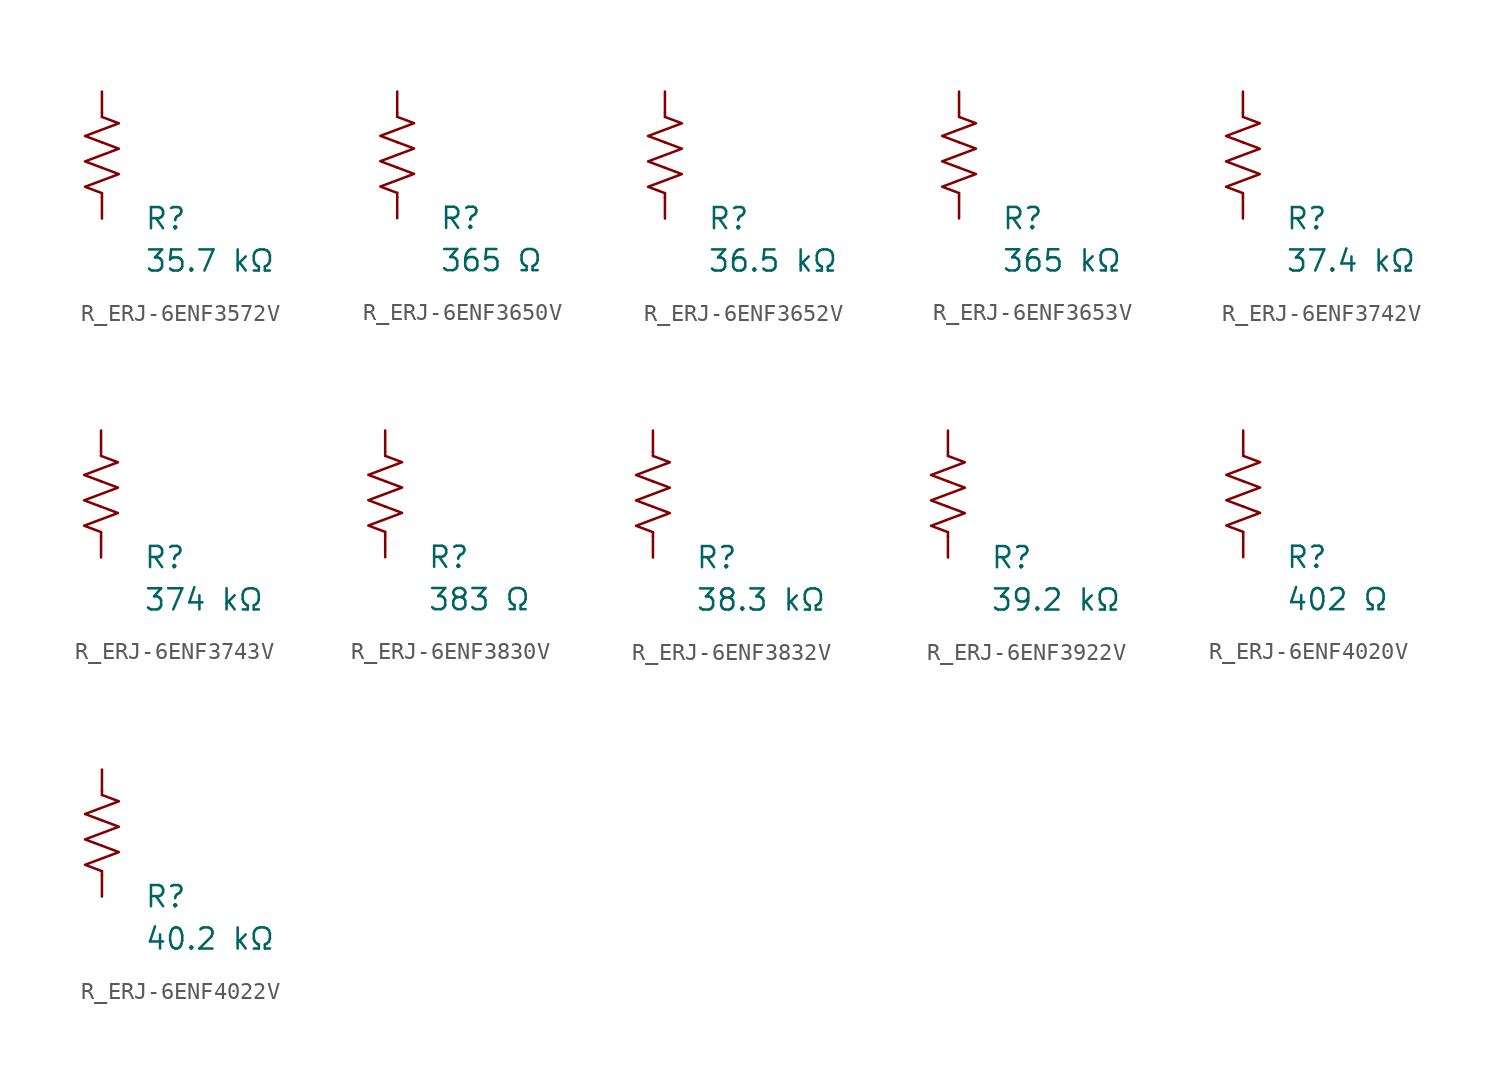
<source format=kicad_sym>
(kicad_symbol_lib
  (version 20231120)
  (generator "kicad_symbol_editor")
  (generator_version "8.0")
  (symbol "R_ERJ-6ENF3572V"
    (pin_numbers hide)
    (pin_names
      (offset 0))
    (property "Reference" "R"
      (at 2.54 -3.81 0)
      (effects (font (size 1.27 1.27)) (justify left))
      (show_name no))
    (property "Value" "35.7 kΩ"
      (at 2.54 -6.35 0)
      (effects (font (size 1.27 1.27)) (justify left))
      (show_name no))
    (symbol "R_ERJ-6ENF3572V_0_1"
      (polyline (pts (xy 0 -2.286) (xy 0 -2.54)) (stroke (width 0) (type default)) (fill (type none)))
      (polyline (pts (xy 0 2.286) (xy 0 2.54)) (stroke (width 0) (type default)) (fill (type none)))
      (polyline (pts (xy 0 -0.762) (xy 1.016 -1.143) (xy 0 -1.524) (xy -1.016 -1.905) (xy 0 -2.286)) (stroke (width 0) (type default)) (fill (type none)))
      (polyline (pts (xy 0 0.762) (xy 1.016 0.381) (xy 0 0) (xy -1.016 -0.381) (xy 0 -0.762)) (stroke (width 0) (type default)) (fill (type none)))
      (polyline (pts (xy 0 2.286) (xy 1.016 1.905) (xy 0 1.524) (xy -1.016 1.143) (xy 0 0.762)) (stroke (width 0) (type default)) (fill (type none))))
    (symbol "R_ERJ-6ENF3572V_1_1"
      (pin passive line (at 0 3.81 270) (length 1.27) (name "~" (effects (font (size 1.27 1.27)))) (number "1" (effects (font (size 1.27 1.27)))))
      (pin passive line (at 0 -3.81 90) (length 1.27) (name "~" (effects (font (size 1.27 1.27)))) (number "2" (effects (font (size 1.27 1.27)))))))
  (symbol "R_ERJ-6ENF3650V"
    (pin_numbers hide)
    (pin_names
      (offset 0))
    (property "Reference" "R"
      (at 2.54 -3.81 0)
      (effects (font (size 1.27 1.27)) (justify left))
      (show_name no))
    (property "Value" "365 Ω"
      (at 2.54 -6.35 0)
      (effects (font (size 1.27 1.27)) (justify left))
      (show_name no))
    (symbol "R_ERJ-6ENF3650V_0_1"
      (polyline (pts (xy 0 -2.286) (xy 0 -2.54)) (stroke (width 0) (type default)) (fill (type none)))
      (polyline (pts (xy 0 2.286) (xy 0 2.54)) (stroke (width 0) (type default)) (fill (type none)))
      (polyline (pts (xy 0 -0.762) (xy 1.016 -1.143) (xy 0 -1.524) (xy -1.016 -1.905) (xy 0 -2.286)) (stroke (width 0) (type default)) (fill (type none)))
      (polyline (pts (xy 0 0.762) (xy 1.016 0.381) (xy 0 0) (xy -1.016 -0.381) (xy 0 -0.762)) (stroke (width 0) (type default)) (fill (type none)))
      (polyline (pts (xy 0 2.286) (xy 1.016 1.905) (xy 0 1.524) (xy -1.016 1.143) (xy 0 0.762)) (stroke (width 0) (type default)) (fill (type none))))
    (symbol "R_ERJ-6ENF3650V_1_1"
      (pin passive line (at 0 3.81 270) (length 1.27) (name "~" (effects (font (size 1.27 1.27)))) (number "1" (effects (font (size 1.27 1.27)))))
      (pin passive line (at 0 -3.81 90) (length 1.27) (name "~" (effects (font (size 1.27 1.27)))) (number "2" (effects (font (size 1.27 1.27)))))))
  (symbol "R_ERJ-6ENF3652V"
    (pin_numbers hide)
    (pin_names
      (offset 0))
    (property "Reference" "R"
      (at 2.54 -3.81 0)
      (effects (font (size 1.27 1.27)) (justify left))
      (show_name no))
    (property "Value" "36.5 kΩ"
      (at 2.54 -6.35 0)
      (effects (font (size 1.27 1.27)) (justify left))
      (show_name no))
    (symbol "R_ERJ-6ENF3652V_0_1"
      (polyline (pts (xy 0 -2.286) (xy 0 -2.54)) (stroke (width 0) (type default)) (fill (type none)))
      (polyline (pts (xy 0 2.286) (xy 0 2.54)) (stroke (width 0) (type default)) (fill (type none)))
      (polyline (pts (xy 0 -0.762) (xy 1.016 -1.143) (xy 0 -1.524) (xy -1.016 -1.905) (xy 0 -2.286)) (stroke (width 0) (type default)) (fill (type none)))
      (polyline (pts (xy 0 0.762) (xy 1.016 0.381) (xy 0 0) (xy -1.016 -0.381) (xy 0 -0.762)) (stroke (width 0) (type default)) (fill (type none)))
      (polyline (pts (xy 0 2.286) (xy 1.016 1.905) (xy 0 1.524) (xy -1.016 1.143) (xy 0 0.762)) (stroke (width 0) (type default)) (fill (type none))))
    (symbol "R_ERJ-6ENF3652V_1_1"
      (pin passive line (at 0 3.81 270) (length 1.27) (name "~" (effects (font (size 1.27 1.27)))) (number "1" (effects (font (size 1.27 1.27)))))
      (pin passive line (at 0 -3.81 90) (length 1.27) (name "~" (effects (font (size 1.27 1.27)))) (number "2" (effects (font (size 1.27 1.27)))))))
  (symbol "R_ERJ-6ENF3653V"
    (pin_numbers hide)
    (pin_names
      (offset 0))
    (property "Reference" "R"
      (at 2.54 -3.81 0)
      (effects (font (size 1.27 1.27)) (justify left))
      (show_name no))
    (property "Value" "365 kΩ"
      (at 2.54 -6.35 0)
      (effects (font (size 1.27 1.27)) (justify left))
      (show_name no))
    (symbol "R_ERJ-6ENF3653V_0_1"
      (polyline (pts (xy 0 -2.286) (xy 0 -2.54)) (stroke (width 0) (type default)) (fill (type none)))
      (polyline (pts (xy 0 2.286) (xy 0 2.54)) (stroke (width 0) (type default)) (fill (type none)))
      (polyline (pts (xy 0 -0.762) (xy 1.016 -1.143) (xy 0 -1.524) (xy -1.016 -1.905) (xy 0 -2.286)) (stroke (width 0) (type default)) (fill (type none)))
      (polyline (pts (xy 0 0.762) (xy 1.016 0.381) (xy 0 0) (xy -1.016 -0.381) (xy 0 -0.762)) (stroke (width 0) (type default)) (fill (type none)))
      (polyline (pts (xy 0 2.286) (xy 1.016 1.905) (xy 0 1.524) (xy -1.016 1.143) (xy 0 0.762)) (stroke (width 0) (type default)) (fill (type none))))
    (symbol "R_ERJ-6ENF3653V_1_1"
      (pin passive line (at 0 3.81 270) (length 1.27) (name "~" (effects (font (size 1.27 1.27)))) (number "1" (effects (font (size 1.27 1.27)))))
      (pin passive line (at 0 -3.81 90) (length 1.27) (name "~" (effects (font (size 1.27 1.27)))) (number "2" (effects (font (size 1.27 1.27)))))))
  (symbol "R_ERJ-6ENF3742V"
    (pin_numbers hide)
    (pin_names
      (offset 0))
    (property "Reference" "R"
      (at 2.54 -3.81 0)
      (effects (font (size 1.27 1.27)) (justify left))
      (show_name no))
    (property "Value" "37.4 kΩ"
      (at 2.54 -6.35 0)
      (effects (font (size 1.27 1.27)) (justify left))
      (show_name no))
    (symbol "R_ERJ-6ENF3742V_0_1"
      (polyline (pts (xy 0 -2.286) (xy 0 -2.54)) (stroke (width 0) (type default)) (fill (type none)))
      (polyline (pts (xy 0 2.286) (xy 0 2.54)) (stroke (width 0) (type default)) (fill (type none)))
      (polyline (pts (xy 0 -0.762) (xy 1.016 -1.143) (xy 0 -1.524) (xy -1.016 -1.905) (xy 0 -2.286)) (stroke (width 0) (type default)) (fill (type none)))
      (polyline (pts (xy 0 0.762) (xy 1.016 0.381) (xy 0 0) (xy -1.016 -0.381) (xy 0 -0.762)) (stroke (width 0) (type default)) (fill (type none)))
      (polyline (pts (xy 0 2.286) (xy 1.016 1.905) (xy 0 1.524) (xy -1.016 1.143) (xy 0 0.762)) (stroke (width 0) (type default)) (fill (type none))))
    (symbol "R_ERJ-6ENF3742V_1_1"
      (pin passive line (at 0 3.81 270) (length 1.27) (name "~" (effects (font (size 1.27 1.27)))) (number "1" (effects (font (size 1.27 1.27)))))
      (pin passive line (at 0 -3.81 90) (length 1.27) (name "~" (effects (font (size 1.27 1.27)))) (number "2" (effects (font (size 1.27 1.27)))))))
  (symbol "R_ERJ-6ENF3743V"
    (pin_numbers hide)
    (pin_names
      (offset 0))
    (property "Reference" "R"
      (at 2.54 -3.81 0)
      (effects (font (size 1.27 1.27)) (justify left))
      (show_name no))
    (property "Value" "374 kΩ"
      (at 2.54 -6.35 0)
      (effects (font (size 1.27 1.27)) (justify left))
      (show_name no))
    (symbol "R_ERJ-6ENF3743V_0_1"
      (polyline (pts (xy 0 -2.286) (xy 0 -2.54)) (stroke (width 0) (type default)) (fill (type none)))
      (polyline (pts (xy 0 2.286) (xy 0 2.54)) (stroke (width 0) (type default)) (fill (type none)))
      (polyline (pts (xy 0 -0.762) (xy 1.016 -1.143) (xy 0 -1.524) (xy -1.016 -1.905) (xy 0 -2.286)) (stroke (width 0) (type default)) (fill (type none)))
      (polyline (pts (xy 0 0.762) (xy 1.016 0.381) (xy 0 0) (xy -1.016 -0.381) (xy 0 -0.762)) (stroke (width 0) (type default)) (fill (type none)))
      (polyline (pts (xy 0 2.286) (xy 1.016 1.905) (xy 0 1.524) (xy -1.016 1.143) (xy 0 0.762)) (stroke (width 0) (type default)) (fill (type none))))
    (symbol "R_ERJ-6ENF3743V_1_1"
      (pin passive line (at 0 3.81 270) (length 1.27) (name "~" (effects (font (size 1.27 1.27)))) (number "1" (effects (font (size 1.27 1.27)))))
      (pin passive line (at 0 -3.81 90) (length 1.27) (name "~" (effects (font (size 1.27 1.27)))) (number "2" (effects (font (size 1.27 1.27)))))))
  (symbol "R_ERJ-6ENF3830V"
    (pin_numbers hide)
    (pin_names
      (offset 0))
    (property "Reference" "R"
      (at 2.54 -3.81 0)
      (effects (font (size 1.27 1.27)) (justify left))
      (show_name no))
    (property "Value" "383 Ω"
      (at 2.54 -6.35 0)
      (effects (font (size 1.27 1.27)) (justify left))
      (show_name no))
    (symbol "R_ERJ-6ENF3830V_0_1"
      (polyline (pts (xy 0 -2.286) (xy 0 -2.54)) (stroke (width 0) (type default)) (fill (type none)))
      (polyline (pts (xy 0 2.286) (xy 0 2.54)) (stroke (width 0) (type default)) (fill (type none)))
      (polyline (pts (xy 0 -0.762) (xy 1.016 -1.143) (xy 0 -1.524) (xy -1.016 -1.905) (xy 0 -2.286)) (stroke (width 0) (type default)) (fill (type none)))
      (polyline (pts (xy 0 0.762) (xy 1.016 0.381) (xy 0 0) (xy -1.016 -0.381) (xy 0 -0.762)) (stroke (width 0) (type default)) (fill (type none)))
      (polyline (pts (xy 0 2.286) (xy 1.016 1.905) (xy 0 1.524) (xy -1.016 1.143) (xy 0 0.762)) (stroke (width 0) (type default)) (fill (type none))))
    (symbol "R_ERJ-6ENF3830V_1_1"
      (pin passive line (at 0 3.81 270) (length 1.27) (name "~" (effects (font (size 1.27 1.27)))) (number "1" (effects (font (size 1.27 1.27)))))
      (pin passive line (at 0 -3.81 90) (length 1.27) (name "~" (effects (font (size 1.27 1.27)))) (number "2" (effects (font (size 1.27 1.27)))))))
  (symbol "R_ERJ-6ENF3832V"
    (pin_numbers hide)
    (pin_names
      (offset 0))
    (property "Reference" "R"
      (at 2.54 -3.81 0)
      (effects (font (size 1.27 1.27)) (justify left))
      (show_name no))
    (property "Value" "38.3 kΩ"
      (at 2.54 -6.35 0)
      (effects (font (size 1.27 1.27)) (justify left))
      (show_name no))
    (symbol "R_ERJ-6ENF3832V_0_1"
      (polyline (pts (xy 0 -2.286) (xy 0 -2.54)) (stroke (width 0) (type default)) (fill (type none)))
      (polyline (pts (xy 0 2.286) (xy 0 2.54)) (stroke (width 0) (type default)) (fill (type none)))
      (polyline (pts (xy 0 -0.762) (xy 1.016 -1.143) (xy 0 -1.524) (xy -1.016 -1.905) (xy 0 -2.286)) (stroke (width 0) (type default)) (fill (type none)))
      (polyline (pts (xy 0 0.762) (xy 1.016 0.381) (xy 0 0) (xy -1.016 -0.381) (xy 0 -0.762)) (stroke (width 0) (type default)) (fill (type none)))
      (polyline (pts (xy 0 2.286) (xy 1.016 1.905) (xy 0 1.524) (xy -1.016 1.143) (xy 0 0.762)) (stroke (width 0) (type default)) (fill (type none))))
    (symbol "R_ERJ-6ENF3832V_1_1"
      (pin passive line (at 0 3.81 270) (length 1.27) (name "~" (effects (font (size 1.27 1.27)))) (number "1" (effects (font (size 1.27 1.27)))))
      (pin passive line (at 0 -3.81 90) (length 1.27) (name "~" (effects (font (size 1.27 1.27)))) (number "2" (effects (font (size 1.27 1.27)))))))
  (symbol "R_ERJ-6ENF3922V"
    (pin_numbers hide)
    (pin_names
      (offset 0))
    (property "Reference" "R"
      (at 2.54 -3.81 0)
      (effects (font (size 1.27 1.27)) (justify left))
      (show_name no))
    (property "Value" "39.2 kΩ"
      (at 2.54 -6.35 0)
      (effects (font (size 1.27 1.27)) (justify left))
      (show_name no))
    (symbol "R_ERJ-6ENF3922V_0_1"
      (polyline (pts (xy 0 -2.286) (xy 0 -2.54)) (stroke (width 0) (type default)) (fill (type none)))
      (polyline (pts (xy 0 2.286) (xy 0 2.54)) (stroke (width 0) (type default)) (fill (type none)))
      (polyline (pts (xy 0 -0.762) (xy 1.016 -1.143) (xy 0 -1.524) (xy -1.016 -1.905) (xy 0 -2.286)) (stroke (width 0) (type default)) (fill (type none)))
      (polyline (pts (xy 0 0.762) (xy 1.016 0.381) (xy 0 0) (xy -1.016 -0.381) (xy 0 -0.762)) (stroke (width 0) (type default)) (fill (type none)))
      (polyline (pts (xy 0 2.286) (xy 1.016 1.905) (xy 0 1.524) (xy -1.016 1.143) (xy 0 0.762)) (stroke (width 0) (type default)) (fill (type none))))
    (symbol "R_ERJ-6ENF3922V_1_1"
      (pin passive line (at 0 3.81 270) (length 1.27) (name "~" (effects (font (size 1.27 1.27)))) (number "1" (effects (font (size 1.27 1.27)))))
      (pin passive line (at 0 -3.81 90) (length 1.27) (name "~" (effects (font (size 1.27 1.27)))) (number "2" (effects (font (size 1.27 1.27)))))))
  (symbol "R_ERJ-6ENF4020V"
    (pin_numbers hide)
    (pin_names
      (offset 0))
    (property "Reference" "R"
      (at 2.54 -3.81 0)
      (effects (font (size 1.27 1.27)) (justify left))
      (show_name no))
    (property "Value" "402 Ω"
      (at 2.54 -6.35 0)
      (effects (font (size 1.27 1.27)) (justify left))
      (show_name no))
    (symbol "R_ERJ-6ENF4020V_0_1"
      (polyline (pts (xy 0 -2.286) (xy 0 -2.54)) (stroke (width 0) (type default)) (fill (type none)))
      (polyline (pts (xy 0 2.286) (xy 0 2.54)) (stroke (width 0) (type default)) (fill (type none)))
      (polyline (pts (xy 0 -0.762) (xy 1.016 -1.143) (xy 0 -1.524) (xy -1.016 -1.905) (xy 0 -2.286)) (stroke (width 0) (type default)) (fill (type none)))
      (polyline (pts (xy 0 0.762) (xy 1.016 0.381) (xy 0 0) (xy -1.016 -0.381) (xy 0 -0.762)) (stroke (width 0) (type default)) (fill (type none)))
      (polyline (pts (xy 0 2.286) (xy 1.016 1.905) (xy 0 1.524) (xy -1.016 1.143) (xy 0 0.762)) (stroke (width 0) (type default)) (fill (type none))))
    (symbol "R_ERJ-6ENF4020V_1_1"
      (pin passive line (at 0 3.81 270) (length 1.27) (name "~" (effects (font (size 1.27 1.27)))) (number "1" (effects (font (size 1.27 1.27)))))
      (pin passive line (at 0 -3.81 90) (length 1.27) (name "~" (effects (font (size 1.27 1.27)))) (number "2" (effects (font (size 1.27 1.27)))))))
  (symbol "R_ERJ-6ENF4022V"
    (pin_numbers hide)
    (pin_names
      (offset 0))
    (property "Reference" "R"
      (at 2.54 -3.81 0)
      (effects (font (size 1.27 1.27)) (justify left))
      (show_name no))
    (property "Value" "40.2 kΩ"
      (at 2.54 -6.35 0)
      (effects (font (size 1.27 1.27)) (justify left))
      (show_name no))
    (symbol "R_ERJ-6ENF4022V_0_1"
      (polyline (pts (xy 0 -2.286) (xy 0 -2.54)) (stroke (width 0) (type default)) (fill (type none)))
      (polyline (pts (xy 0 2.286) (xy 0 2.54)) (stroke (width 0) (type default)) (fill (type none)))
      (polyline (pts (xy 0 -0.762) (xy 1.016 -1.143) (xy 0 -1.524) (xy -1.016 -1.905) (xy 0 -2.286)) (stroke (width 0) (type default)) (fill (type none)))
      (polyline (pts (xy 0 0.762) (xy 1.016 0.381) (xy 0 0) (xy -1.016 -0.381) (xy 0 -0.762)) (stroke (width 0) (type default)) (fill (type none)))
      (polyline (pts (xy 0 2.286) (xy 1.016 1.905) (xy 0 1.524) (xy -1.016 1.143) (xy 0 0.762)) (stroke (width 0) (type default)) (fill (type none))))
    (symbol "R_ERJ-6ENF4022V_1_1"
      (pin passive line (at 0 3.81 270) (length 1.27) (name "~" (effects (font (size 1.27 1.27)))) (number "1" (effects (font (size 1.27 1.27)))))
      (pin passive line (at 0 -3.81 90) (length 1.27) (name "~" (effects (font (size 1.27 1.27)))) (number "2" (effects (font (size 1.27 1.27))))))))
</source>
